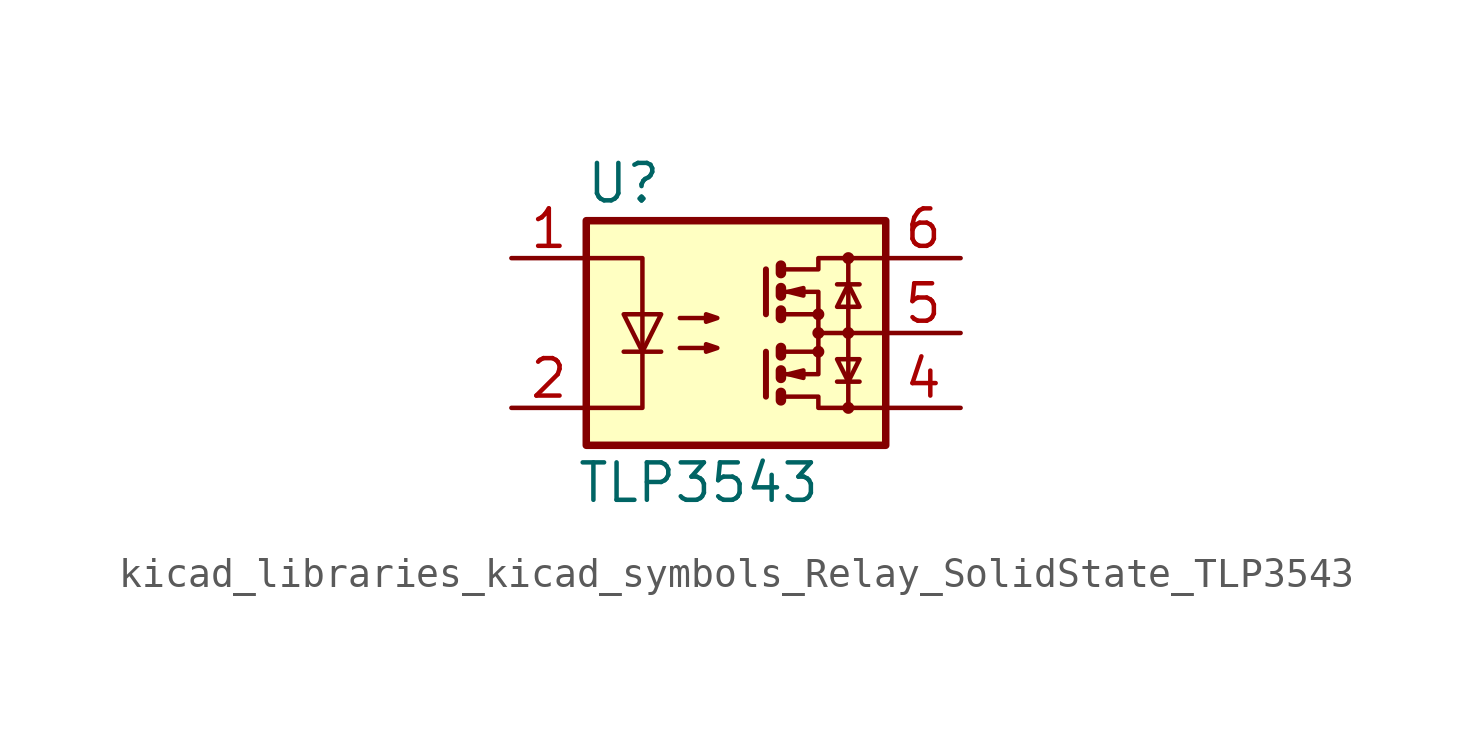
<source format=kicad_sym>
(kicad_symbol_lib
  (version 20220914)
  (generator kicad_symbol_editor)
  (symbol "kicad_libraries_kicad_symbols_Relay_SolidState_TLP3543"
    (property "Reference" "U"
      (at -3.81 5.08 0)
      (effects (font (size 1.27 1.27))))
    (property "Value" "TLP3543"
      (at -1.27 -5.08 0)
      (effects (font (size 1.27 1.27))))
    (symbol "kicad_libraries_kicad_symbols_Relay_SolidState_TLP3543_0_1"
      (rectangle (start -5.08 3.81) (end 5.08 -3.81) (stroke (width 0.254) (type default)) (fill (type background)))
      (polyline (pts (xy -3.81 -0.635) (xy -2.54 -0.635)) (stroke (width 0) (type default)) (fill (type none)))
      (polyline (pts (xy 1.016 -0.635) (xy 1.016 -2.159)) (stroke (width 0.203) (type default)) (fill (type none)))
      (polyline (pts (xy 1.016 2.159) (xy 1.016 0.635)) (stroke (width 0.203) (type default)) (fill (type none)))
      (polyline (pts (xy 1.524 -0.508) (xy 1.524 -0.762)) (stroke (width 0.356) (type default)) (fill (type none)))
      (polyline (pts (xy 2.794 0) (xy 5.08 0)) (stroke (width 0) (type default)) (fill (type none)))
      (polyline (pts (xy 3.429 -1.651) (xy 4.191 -1.651)) (stroke (width 0) (type default)) (fill (type none)))
      (polyline (pts (xy 3.429 1.651) (xy 4.191 1.651)) (stroke (width 0) (type default)) (fill (type none)))
      (polyline (pts (xy 3.81 -2.54) (xy 3.81 2.54)) (stroke (width 0) (type default)) (fill (type none)))
      (polyline (pts (xy 1.524 -2.032) (xy 1.524 -2.286) (xy 1.524 -2.286)) (stroke (width 0.356) (type default)) (fill (type none)))
      (polyline (pts (xy 1.524 -1.27) (xy 1.524 -1.524) (xy 1.524 -1.524)) (stroke (width 0.356) (type default)) (fill (type none)))
      (polyline (pts (xy 1.524 0.762) (xy 1.524 0.508) (xy 1.524 0.508)) (stroke (width 0.356) (type default)) (fill (type none)))
      (polyline (pts (xy 1.524 1.524) (xy 1.524 1.27) (xy 1.524 1.27)) (stroke (width 0.356) (type default)) (fill (type none)))
      (polyline (pts (xy 1.524 2.286) (xy 1.524 2.032) (xy 1.524 2.032)) (stroke (width 0.356) (type default)) (fill (type none)))
      (polyline (pts (xy 1.651 -1.397) (xy 2.794 -1.397) (xy 2.794 -0.635)) (stroke (width 0) (type default)) (fill (type none)))
      (polyline (pts (xy 1.651 1.397) (xy 2.794 1.397) (xy 2.794 0.635)) (stroke (width 0) (type default)) (fill (type none)))
      (polyline (pts (xy -5.08 2.54) (xy -3.175 2.54) (xy -3.175 -2.54) (xy -5.08 -2.54)) (stroke (width 0) (type default)) (fill (type none)))
      (polyline (pts (xy -3.175 -0.635) (xy -3.81 0.635) (xy -2.54 0.635) (xy -3.175 -0.635)) (stroke (width 0) (type default)) (fill (type none)))
      (polyline (pts (xy 1.651 -2.159) (xy 2.794 -2.159) (xy 2.794 -2.54) (xy 5.08 -2.54)) (stroke (width 0) (type default)) (fill (type none)))
      (polyline (pts (xy 1.651 -0.635) (xy 2.794 -0.635) (xy 2.794 0.635) (xy 1.651 0.635)) (stroke (width 0) (type default)) (fill (type none)))
      (polyline (pts (xy 1.651 2.159) (xy 2.794 2.159) (xy 2.794 2.54) (xy 5.08 2.54)) (stroke (width 0) (type default)) (fill (type none)))
      (polyline (pts (xy 1.778 -1.397) (xy 2.286 -1.27) (xy 2.286 -1.524) (xy 1.778 -1.397)) (stroke (width 0) (type default)) (fill (type none)))
      (polyline (pts (xy 1.778 1.397) (xy 2.286 1.524) (xy 2.286 1.27) (xy 1.778 1.397)) (stroke (width 0) (type default)) (fill (type none)))
      (polyline (pts (xy 3.81 -1.651) (xy 3.429 -0.889) (xy 4.191 -0.889) (xy 3.81 -1.651)) (stroke (width 0) (type default)) (fill (type none)))
      (polyline (pts (xy 3.81 1.651) (xy 3.429 0.889) (xy 4.191 0.889) (xy 3.81 1.651)) (stroke (width 0) (type default)) (fill (type none)))
      (polyline (pts (xy -1.905 -0.508) (xy -0.635 -0.508) (xy -1.016 -0.635) (xy -1.016 -0.381) (xy -0.635 -0.508)) (stroke (width 0) (type default)) (fill (type none)))
      (polyline (pts (xy -1.905 0.508) (xy -0.635 0.508) (xy -1.016 0.381) (xy -1.016 0.635) (xy -0.635 0.508)) (stroke (width 0) (type default)) (fill (type none)))
      (circle (center 2.794 -0.635) (radius 0.127) (stroke (width 0) (type default)) (fill (type none)))
      (circle (center 2.794 0) (radius 0.127) (stroke (width 0) (type default)) (fill (type none)))
      (circle (center 2.794 0.635) (radius 0.127) (stroke (width 0) (type default)) (fill (type none)))
      (circle (center 3.81 -2.54) (radius 0.127) (stroke (width 0) (type default)) (fill (type none)))
      (circle (center 3.81 0) (radius 0.127) (stroke (width 0) (type default)) (fill (type none)))
      (circle (center 3.81 2.54) (radius 0.127) (stroke (width 0) (type default)) (fill (type none))))
    (symbol "kicad_libraries_kicad_symbols_Relay_SolidState_TLP3543_1_1"
      (pin passive line (at -7.62 2.54 0) (length 2.54) (name "~" (effects (font (size 1.27 1.27)))) (number "1" (effects (font (size 1.27 1.27)))))
      (pin passive line (at -7.62 -2.54 0) (length 2.54) (name "~" (effects (font (size 1.27 1.27)))) (number "2" (effects (font (size 1.27 1.27)))))
      (pin no_connect line (at -5.08 0 0) (length 2.54) hide (name "~" (effects (font (size 1.27 1.27)))) (number "3" (effects (font (size 1.27 1.27)))))
      (pin passive line (at 7.62 -2.54 180) (length 2.54) (name "~" (effects (font (size 1.27 1.27)))) (number "4" (effects (font (size 1.27 1.27)))))
      (pin passive line (at 7.62 0 180) (length 2.54) (name "~" (effects (font (size 1.27 1.27)))) (number "5" (effects (font (size 1.27 1.27)))))
      (pin passive line (at 7.62 2.54 180) (length 2.54) (name "~" (effects (font (size 1.27 1.27)))) (number "6" (effects (font (size 1.27 1.27))))))))
</source>
